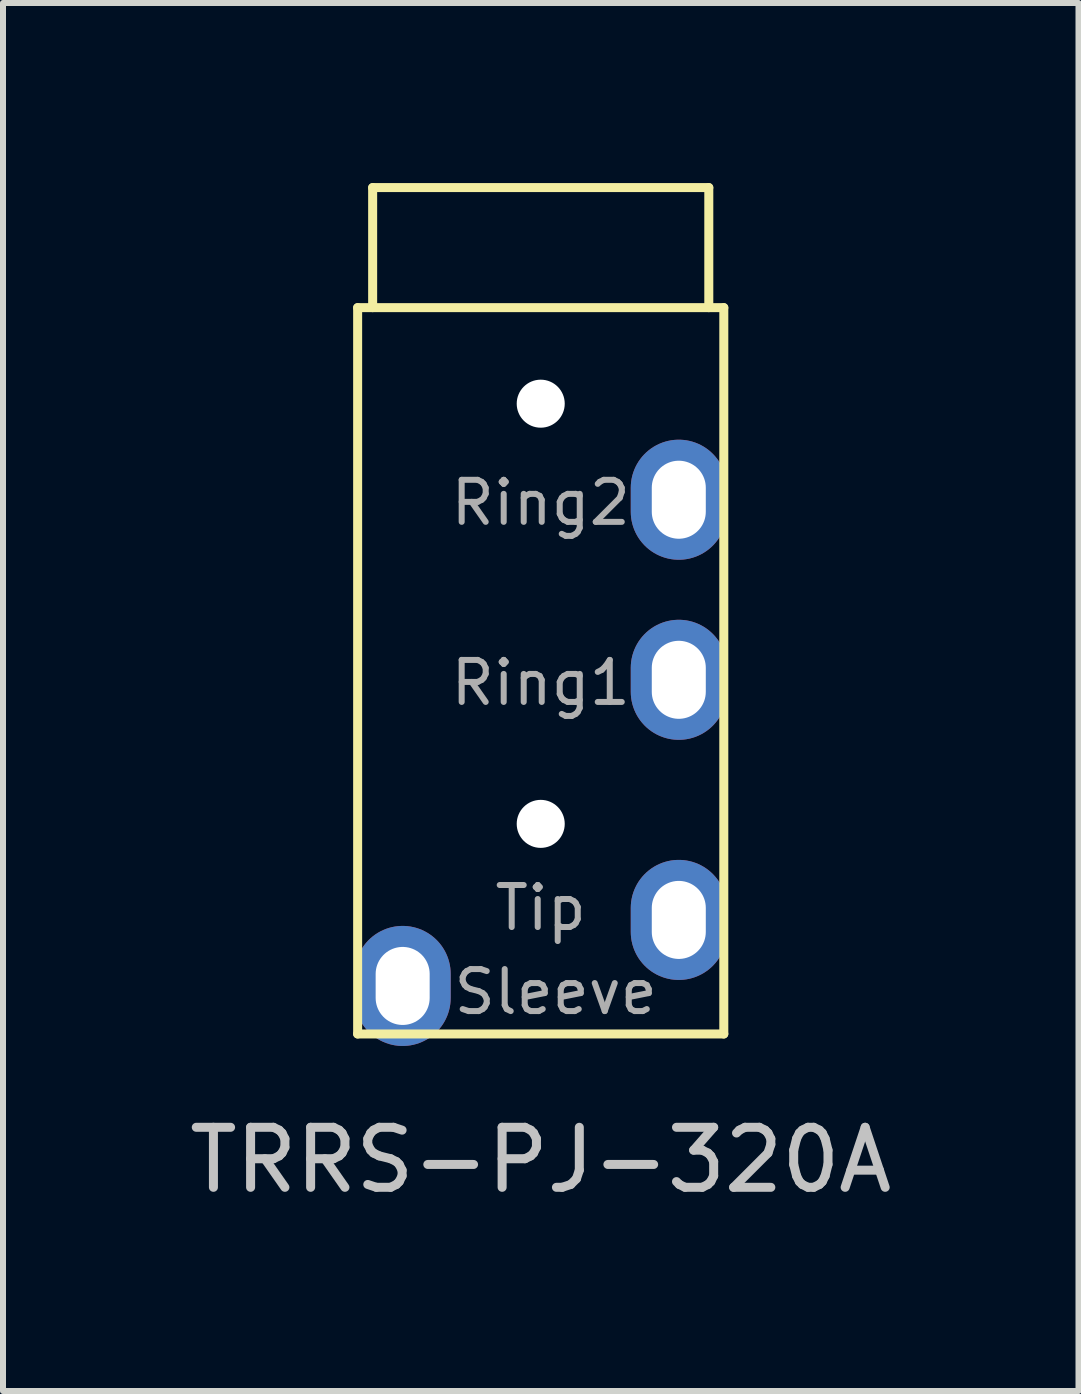
<source format=kicad_pcb>
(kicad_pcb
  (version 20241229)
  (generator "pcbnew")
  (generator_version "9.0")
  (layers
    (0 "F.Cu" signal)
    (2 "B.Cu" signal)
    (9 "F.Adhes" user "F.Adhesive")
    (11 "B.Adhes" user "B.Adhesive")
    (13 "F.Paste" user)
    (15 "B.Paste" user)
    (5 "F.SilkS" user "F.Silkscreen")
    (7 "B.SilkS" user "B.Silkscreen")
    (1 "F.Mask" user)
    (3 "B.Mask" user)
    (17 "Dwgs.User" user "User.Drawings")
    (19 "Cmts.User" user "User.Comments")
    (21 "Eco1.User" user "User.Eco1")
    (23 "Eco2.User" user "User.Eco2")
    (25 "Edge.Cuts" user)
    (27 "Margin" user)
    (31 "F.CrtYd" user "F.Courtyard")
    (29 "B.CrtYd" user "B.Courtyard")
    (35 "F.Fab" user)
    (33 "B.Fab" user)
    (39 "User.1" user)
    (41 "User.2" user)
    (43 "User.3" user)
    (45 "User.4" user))
  (footprint "TRRS-PJ-320A"
    (layer "F.Cu")
    (at 5.958 2.075)
    (property "Reference" "TRRS-PJ-320A" (at 0 14.2 0) (layer "Dwgs.User") (effects (font (size 1 1) (thickness 0.15))))
    (attr through_hole)
    (fp_line (start -3.05 0) (end -3.05 12.1) (stroke (width 0.15) (type solid)) (layer "F.SilkS"))
    (fp_line (start -2.8 0) (end -2.8 -2) (stroke (width 0.15) (type solid)) (layer "F.SilkS"))
    (fp_line (start 2.8 -2) (end -2.8 -2) (stroke (width 0.15) (type solid)) (layer "F.SilkS"))
    (fp_line (start 2.8 0) (end 2.8 -2) (stroke (width 0.15) (type solid)) (layer "F.SilkS"))
    (fp_line (start 3.05 0) (end -3.05 0) (stroke (width 0.15) (type solid)) (layer "F.SilkS"))
    (fp_line (start 3.05 0) (end 3.05 12.1) (stroke (width 0.15) (type solid)) (layer "F.SilkS"))
    (fp_line (start 3.05 12.1) (end -3.05 12.1) (stroke (width 0.15) (type solid)) (layer "F.SilkS"))
    (fp_text user "Tip" (at 0 10 0) (layer "F.Fab") (effects (font (size 0.7 0.7) (thickness 0.1))))
    (fp_text user "Sleeve" (at 0.25 11.4 0) (layer "F.Fab") (effects (font (size 0.7 0.7) (thickness 0.1))))
    (fp_text user "Ring2" (at 0 3.25 0) (layer "F.Fab") (effects (font (size 0.7 0.7) (thickness 0.1))))
    (fp_text user "Ring1" (at 0 6.25 0) (layer "F.Fab") (effects (font (size 0.7 0.7) (thickness 0.1))))
    (pad "" np_thru_hole circle (at 0 1.6) (size 0.8 0.8) (drill 0.8) (layers "*.Cu" "*.Mask"))
    (pad "" np_thru_hole circle (at 0 8.6) (size 0.8 0.8) (drill 0.8) (layers "*.Cu" "*.Mask"))
    (pad "1" thru_hole oval (at -2.3 11.3) (size 1.6 2) (drill oval 0.9 1.3) (layers "*.Cu" "*.Mask"))
    (pad "2" thru_hole oval (at 2.3 10.2) (size 1.6 2) (drill oval 0.9 1.3) (layers "*.Cu" "*.Mask"))
    (pad "3" thru_hole oval (at 2.3 6.2) (size 1.6 2) (drill oval 0.9 1.3) (layers "*.Cu" "*.Mask"))
    (pad "4" thru_hole oval (at 2.3 3.2) (size 1.6 2) (drill oval 0.9 1.3) (layers "*.Cu" "*.Mask")))
  (gr_rect
    (start -3 -3)
    (end 14.917 20.123)
    (stroke (width 0.1) (type default))
    (fill no)
    (layer "Edge.Cuts")))
</source>
